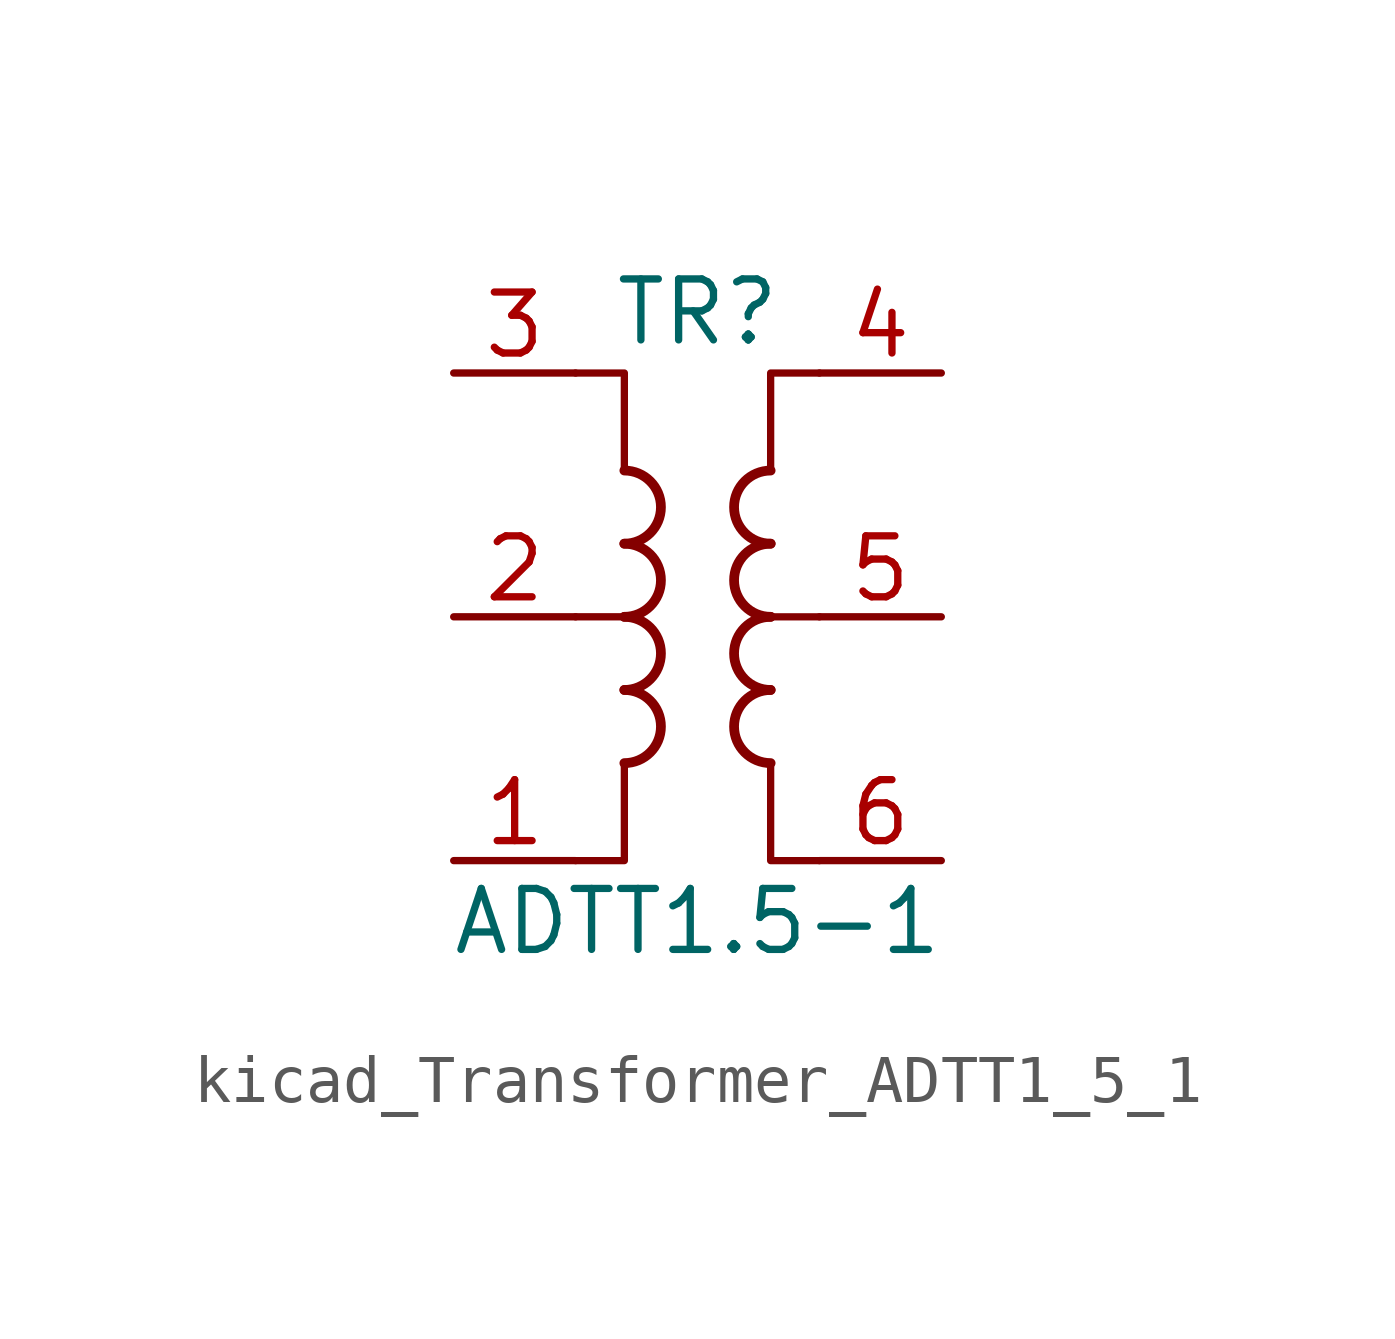
<source format=kicad_sym>
(kicad_symbol_lib
  (version 20220914)
  (generator kicad_symbol_editor)
  (symbol "kicad_Transformer_ADTT1_5_1"
    (pin_names hide)
    (property "Reference" "TR"
      (at 0 6.35 0)
      (effects (font (size 1.27 1.27))))
    (property "Value" "ADTT1.5-1"
      (at 0 -6.35 0)
      (effects (font (size 1.27 1.27))))
    (symbol "kicad_Transformer_ADTT1_5_1_0_1"
      (arc (start -1.524 -3.048) (mid -0.7653 -2.286) (end -1.524 -1.524) (stroke (width 0.2032) (type default)) (fill (type none)))
      (arc (start -1.524 -1.524) (mid -0.7653 -0.762) (end -1.524 0) (stroke (width 0.2032) (type default)) (fill (type none)))
      (arc (start -1.524 0) (mid -0.7653 0.762) (end -1.524 1.524) (stroke (width 0.2032) (type default)) (fill (type none)))
      (arc (start -1.524 1.524) (mid -0.7653 2.286) (end -1.524 3.048) (stroke (width 0.2032) (type default)) (fill (type none)))
      (polyline (pts (xy -2.54 0) (xy -1.27 0)) (stroke (width 0) (type default)) (fill (type none)))
      (polyline (pts (xy 2.54 0) (xy 1.27 0)) (stroke (width 0.152) (type default)) (fill (type none)))
      (polyline (pts (xy -2.54 5.08) (xy -1.524 5.08) (xy -1.524 3.048)) (stroke (width 0.152) (type default)) (fill (type none)))
      (polyline (pts (xy -1.524 -3.048) (xy -1.524 -5.08) (xy -2.54 -5.08)) (stroke (width 0.152) (type default)) (fill (type none)))
      (polyline (pts (xy 1.524 3.048) (xy 1.524 5.08) (xy 2.54 5.08)) (stroke (width 0.152) (type default)) (fill (type none)))
      (polyline (pts (xy 2.54 -5.08) (xy 1.524 -5.08) (xy 1.524 -3.048)) (stroke (width 0.152) (type default)) (fill (type none)))
      (arc (start 1.524 -1.524) (mid 0.7653 -2.286) (end 1.524 -3.048) (stroke (width 0.2032) (type default)) (fill (type none)))
      (arc (start 1.524 0) (mid 0.7653 -0.762) (end 1.524 -1.524) (stroke (width 0.2032) (type default)) (fill (type none)))
      (arc (start 1.524 1.524) (mid 0.7653 0.762) (end 1.524 0) (stroke (width 0.2032) (type default)) (fill (type none)))
      (arc (start 1.524 3.048) (mid 0.7653 2.286) (end 1.524 1.524) (stroke (width 0.2032) (type default)) (fill (type none))))
    (symbol "kicad_Transformer_ADTT1_5_1_1_1"
      (pin passive line (at -5.08 -5.08 0) (length 2.54) (name "~" (effects (font (size 1.27 1.27)))) (number "1" (effects (font (size 1.27 1.27)))))
      (pin passive line (at -5.08 0 0) (length 2.54) (name "~" (effects (font (size 1.27 1.27)))) (number "2" (effects (font (size 1.27 1.27)))))
      (pin passive line (at -5.08 5.08 0) (length 2.54) (name "~" (effects (font (size 1.27 1.27)))) (number "3" (effects (font (size 1.27 1.27)))))
      (pin passive line (at 5.08 5.08 180) (length 2.54) (name "~" (effects (font (size 1.27 1.27)))) (number "4" (effects (font (size 1.27 1.27)))))
      (pin passive line (at 5.08 0 180) (length 2.54) (name "~" (effects (font (size 1.27 1.27)))) (number "5" (effects (font (size 1.27 1.27)))))
      (pin passive line (at 5.08 -5.08 180) (length 2.54) (name "~" (effects (font (size 1.27 1.27)))) (number "6" (effects (font (size 1.27 1.27))))))))
</source>
